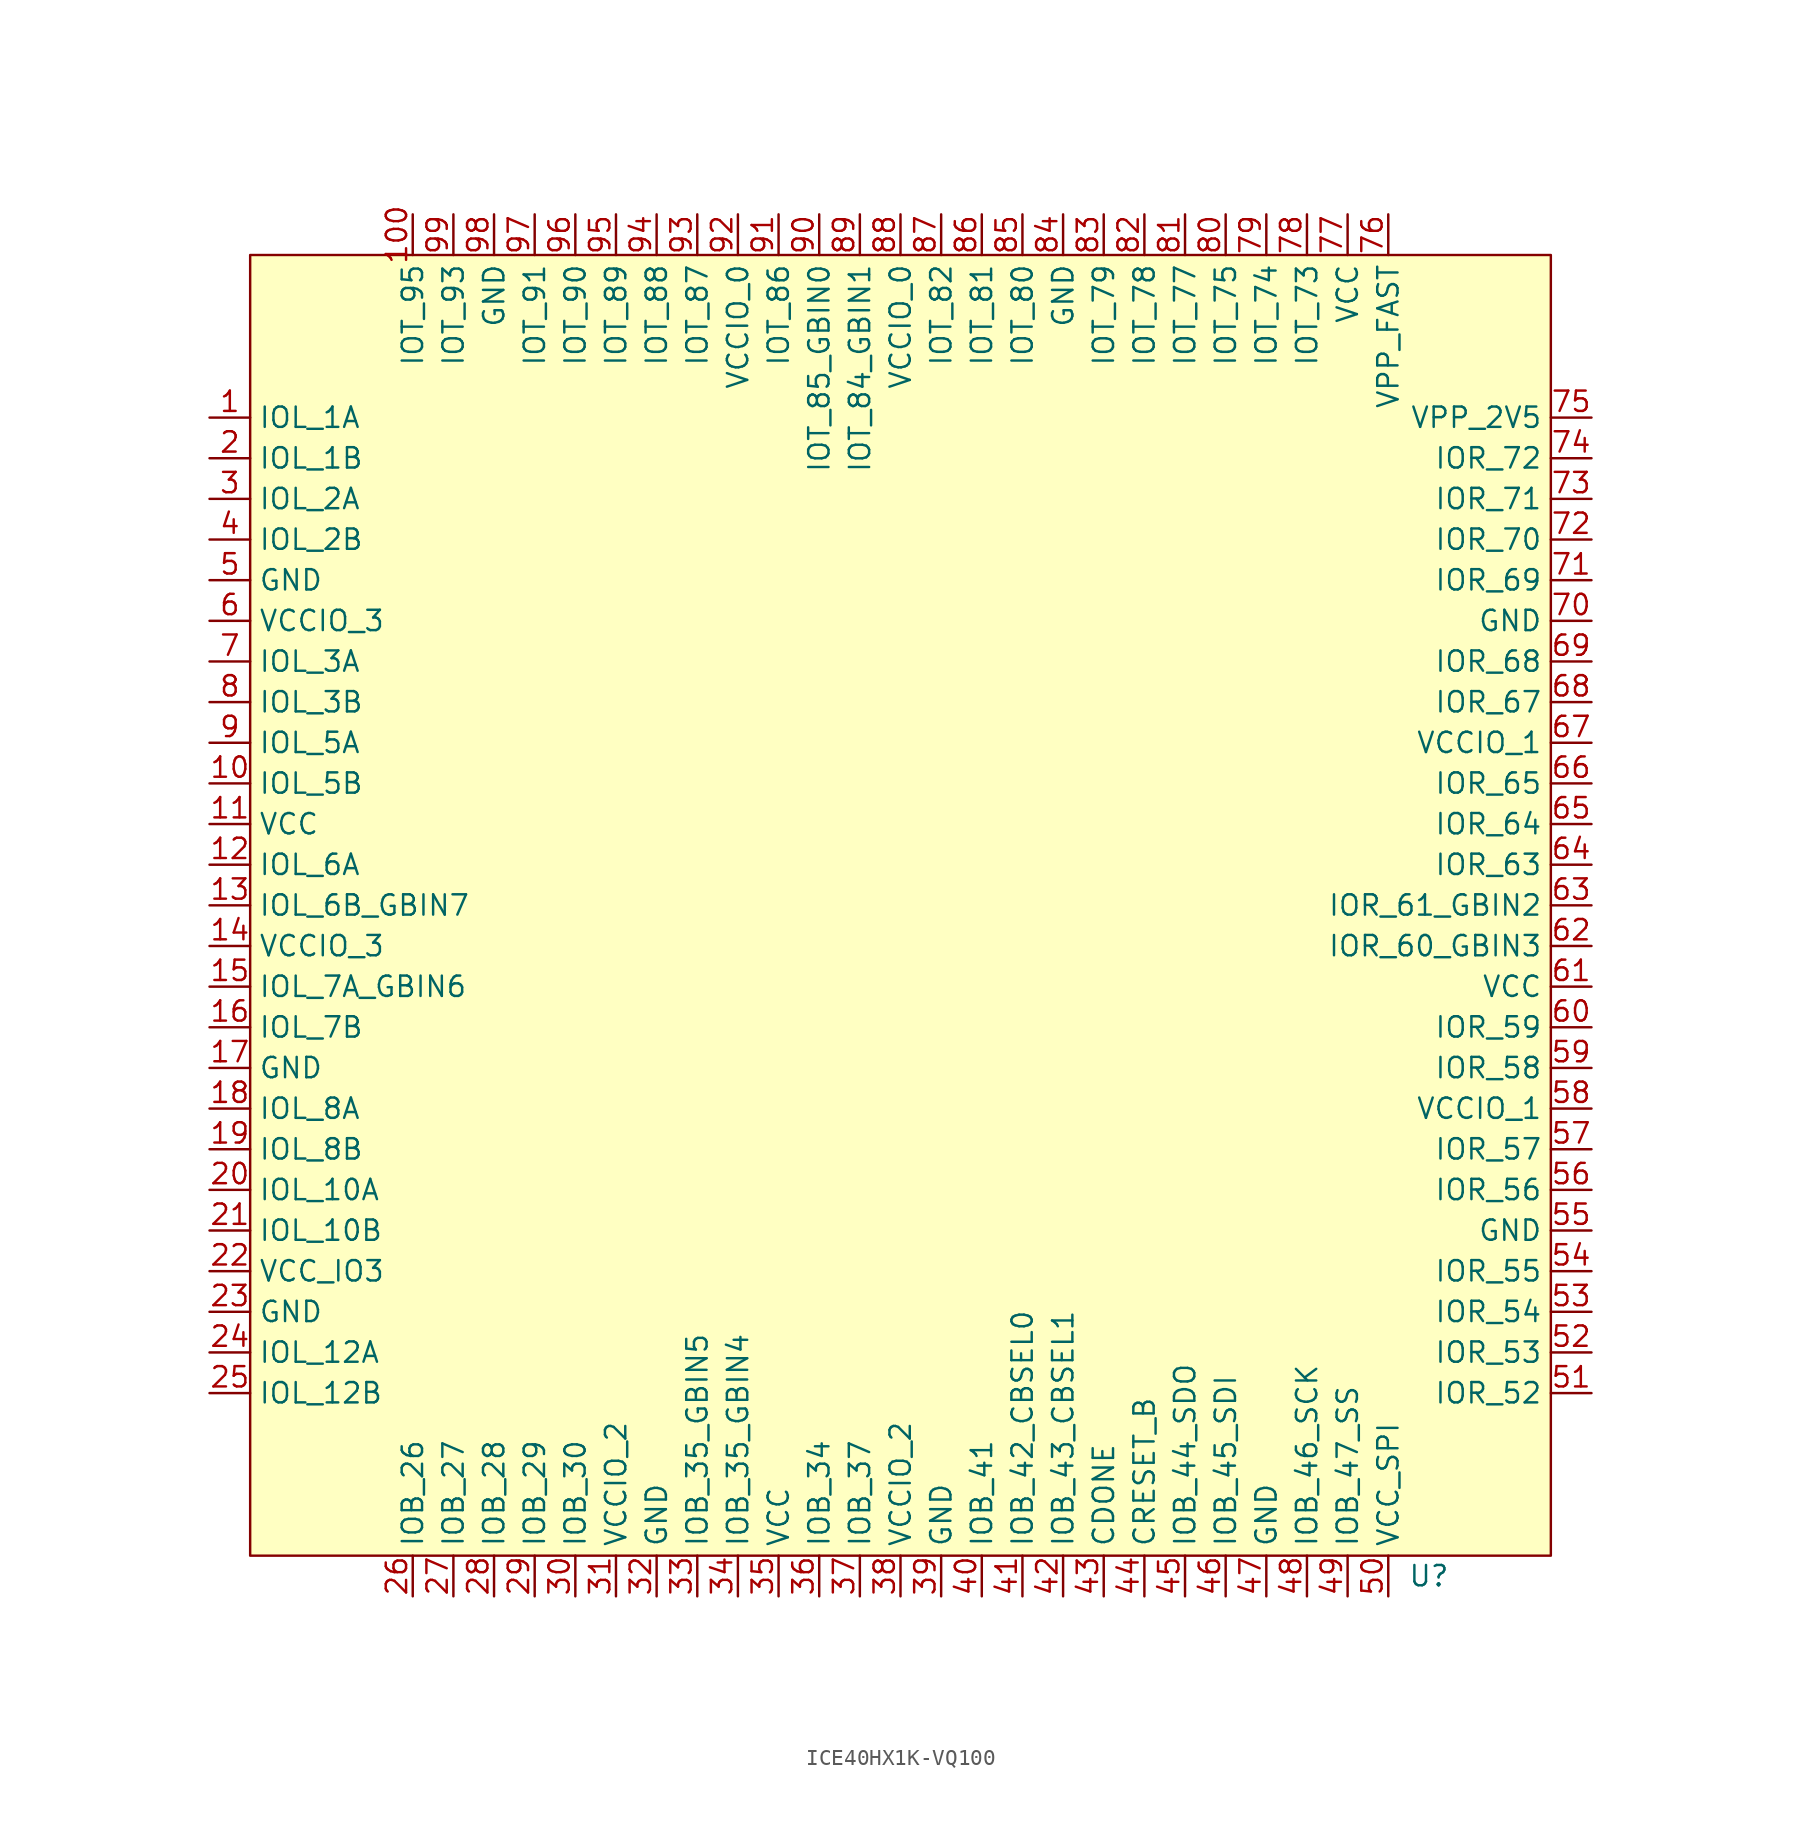
<source format=kicad_sym>
(kicad_symbol_lib
  (version 20220914)
  (generator kicad_symbol_editor)
  (symbol "ICE40HX1K-VQ100"
    (property "Reference" "U"
      (at 73.66 -82.55 0)
      (effects (font (size 1.27 1.27))))
    (property "Value" ""
      (at 0 -7.62 0)
      (effects (font (size 1.27 1.27))))
    (symbol "ICE40HX1K-VQ100_0_1"
      (rectangle (start 0 0) (end 81.28 -81.28) (stroke (width 0) (type default)) (fill (type background))))
    (symbol "ICE40HX1K-VQ100_1_1"
      (pin bidirectional line (at -2.54 -10.16 0) (length 2.54) (name "IOL_1A" (effects (font (size 1.27 1.27)))) (number "1" (effects (font (size 1.27 1.27)))))
      (pin bidirectional line (at -2.54 -33.02 0) (length 2.54) (name "IOL_5B" (effects (font (size 1.27 1.27)))) (number "10" (effects (font (size 1.27 1.27)))))
      (pin bidirectional line (at 10.16 2.54 270) (length 2.54) (name "IOT_95" (effects (font (size 1.27 1.27)))) (number "100" (effects (font (size 1.27 1.27)))))
      (pin power_in line (at -2.54 -35.56 0) (length 2.54) (name "VCC" (effects (font (size 1.27 1.27)))) (number "11" (effects (font (size 1.27 1.27)))))
      (pin bidirectional line (at -2.54 -38.1 0) (length 2.54) (name "IOL_6A" (effects (font (size 1.27 1.27)))) (number "12" (effects (font (size 1.27 1.27)))))
      (pin bidirectional line (at -2.54 -40.64 0) (length 2.54) (name "IOL_6B_GBIN7" (effects (font (size 1.27 1.27)))) (number "13" (effects (font (size 1.27 1.27)))))
      (pin power_in line (at -2.54 -43.18 0) (length 2.54) (name "VCCIO_3" (effects (font (size 1.27 1.27)))) (number "14" (effects (font (size 1.27 1.27)))))
      (pin bidirectional line (at -2.54 -45.72 0) (length 2.54) (name "IOL_7A_GBIN6" (effects (font (size 1.27 1.27)))) (number "15" (effects (font (size 1.27 1.27)))))
      (pin bidirectional line (at -2.54 -48.26 0) (length 2.54) (name "IOL_7B" (effects (font (size 1.27 1.27)))) (number "16" (effects (font (size 1.27 1.27)))))
      (pin power_in line (at -2.54 -50.8 0) (length 2.54) (name "GND" (effects (font (size 1.27 1.27)))) (number "17" (effects (font (size 1.27 1.27)))))
      (pin bidirectional line (at -2.54 -53.34 0) (length 2.54) (name "IOL_8A" (effects (font (size 1.27 1.27)))) (number "18" (effects (font (size 1.27 1.27)))))
      (pin bidirectional line (at -2.54 -55.88 0) (length 2.54) (name "IOL_8B" (effects (font (size 1.27 1.27)))) (number "19" (effects (font (size 1.27 1.27)))))
      (pin bidirectional line (at -2.54 -12.7 0) (length 2.54) (name "IOL_1B" (effects (font (size 1.27 1.27)))) (number "2" (effects (font (size 1.27 1.27)))))
      (pin bidirectional line (at -2.54 -58.42 0) (length 2.54) (name "IOL_10A" (effects (font (size 1.27 1.27)))) (number "20" (effects (font (size 1.27 1.27)))))
      (pin bidirectional line (at -2.54 -60.96 0) (length 2.54) (name "IOL_10B" (effects (font (size 1.27 1.27)))) (number "21" (effects (font (size 1.27 1.27)))))
      (pin power_in line (at -2.54 -63.5 0) (length 2.54) (name "VCC_IO3" (effects (font (size 1.27 1.27)))) (number "22" (effects (font (size 1.27 1.27)))))
      (pin power_in line (at -2.54 -66.04 0) (length 2.54) (name "GND" (effects (font (size 1.27 1.27)))) (number "23" (effects (font (size 1.27 1.27)))))
      (pin bidirectional line (at -2.54 -68.58 0) (length 2.54) (name "IOL_12A" (effects (font (size 1.27 1.27)))) (number "24" (effects (font (size 1.27 1.27)))))
      (pin bidirectional line (at -2.54 -71.12 0) (length 2.54) (name "IOL_12B" (effects (font (size 1.27 1.27)))) (number "25" (effects (font (size 1.27 1.27)))))
      (pin bidirectional line (at 10.16 -83.82 90) (length 2.54) (name "IOB_26" (effects (font (size 1.27 1.27)))) (number "26" (effects (font (size 1.27 1.27)))))
      (pin bidirectional line (at 12.7 -83.82 90) (length 2.54) (name "IOB_27" (effects (font (size 1.27 1.27)))) (number "27" (effects (font (size 1.27 1.27)))))
      (pin bidirectional line (at 15.24 -83.82 90) (length 2.54) (name "IOB_28" (effects (font (size 1.27 1.27)))) (number "28" (effects (font (size 1.27 1.27)))))
      (pin bidirectional line (at 17.78 -83.82 90) (length 2.54) (name "IOB_29" (effects (font (size 1.27 1.27)))) (number "29" (effects (font (size 1.27 1.27)))))
      (pin bidirectional line (at -2.54 -15.24 0) (length 2.54) (name "IOL_2A" (effects (font (size 1.27 1.27)))) (number "3" (effects (font (size 1.27 1.27)))))
      (pin bidirectional line (at 20.32 -83.82 90) (length 2.54) (name "IOB_30" (effects (font (size 1.27 1.27)))) (number "30" (effects (font (size 1.27 1.27)))))
      (pin power_in line (at 22.86 -83.82 90) (length 2.54) (name "VCCIO_2" (effects (font (size 1.27 1.27)))) (number "31" (effects (font (size 1.27 1.27)))))
      (pin power_in line (at 25.4 -83.82 90) (length 2.54) (name "GND" (effects (font (size 1.27 1.27)))) (number "32" (effects (font (size 1.27 1.27)))))
      (pin bidirectional line (at 27.94 -83.82 90) (length 2.54) (name "IOB_35_GBIN5" (effects (font (size 1.27 1.27)))) (number "33" (effects (font (size 1.27 1.27)))))
      (pin bidirectional line (at 30.48 -83.82 90) (length 2.54) (name "IOB_35_GBIN4" (effects (font (size 1.27 1.27)))) (number "34" (effects (font (size 1.27 1.27)))))
      (pin power_in line (at 33.02 -83.82 90) (length 2.54) (name "VCC" (effects (font (size 1.27 1.27)))) (number "35" (effects (font (size 1.27 1.27)))))
      (pin bidirectional line (at 35.56 -83.82 90) (length 2.54) (name "IOB_34" (effects (font (size 1.27 1.27)))) (number "36" (effects (font (size 1.27 1.27)))))
      (pin bidirectional line (at 38.1 -83.82 90) (length 2.54) (name "IOB_37" (effects (font (size 1.27 1.27)))) (number "37" (effects (font (size 1.27 1.27)))))
      (pin power_in line (at 40.64 -83.82 90) (length 2.54) (name "VCCIO_2" (effects (font (size 1.27 1.27)))) (number "38" (effects (font (size 1.27 1.27)))))
      (pin power_in line (at 43.18 -83.82 90) (length 2.54) (name "GND" (effects (font (size 1.27 1.27)))) (number "39" (effects (font (size 1.27 1.27)))))
      (pin bidirectional line (at -2.54 -17.78 0) (length 2.54) (name "IOL_2B" (effects (font (size 1.27 1.27)))) (number "4" (effects (font (size 1.27 1.27)))))
      (pin bidirectional line (at 45.72 -83.82 90) (length 2.54) (name "IOB_41" (effects (font (size 1.27 1.27)))) (number "40" (effects (font (size 1.27 1.27)))))
      (pin bidirectional line (at 48.26 -83.82 90) (length 2.54) (name "IOB_42_CBSEL0" (effects (font (size 1.27 1.27)))) (number "41" (effects (font (size 1.27 1.27)))))
      (pin bidirectional line (at 50.8 -83.82 90) (length 2.54) (name "IOB_43_CBSEL1" (effects (font (size 1.27 1.27)))) (number "42" (effects (font (size 1.27 1.27)))))
      (pin bidirectional line (at 53.34 -83.82 90) (length 2.54) (name "CDONE" (effects (font (size 1.27 1.27)))) (number "43" (effects (font (size 1.27 1.27)))))
      (pin bidirectional line (at 55.88 -83.82 90) (length 2.54) (name "CRESET_B" (effects (font (size 1.27 1.27)))) (number "44" (effects (font (size 1.27 1.27)))))
      (pin bidirectional line (at 58.42 -83.82 90) (length 2.54) (name "IOB_44_SDO" (effects (font (size 1.27 1.27)))) (number "45" (effects (font (size 1.27 1.27)))))
      (pin bidirectional line (at 60.96 -83.82 90) (length 2.54) (name "IOB_45_SDI" (effects (font (size 1.27 1.27)))) (number "46" (effects (font (size 1.27 1.27)))))
      (pin power_in line (at 63.5 -83.82 90) (length 2.54) (name "GND" (effects (font (size 1.27 1.27)))) (number "47" (effects (font (size 1.27 1.27)))))
      (pin bidirectional line (at 66.04 -83.82 90) (length 2.54) (name "IOB_46_SCK" (effects (font (size 1.27 1.27)))) (number "48" (effects (font (size 1.27 1.27)))))
      (pin bidirectional line (at 68.58 -83.82 90) (length 2.54) (name "IOB_47_SS" (effects (font (size 1.27 1.27)))) (number "49" (effects (font (size 1.27 1.27)))))
      (pin power_in line (at -2.54 -20.32 0) (length 2.54) (name "GND" (effects (font (size 1.27 1.27)))) (number "5" (effects (font (size 1.27 1.27)))))
      (pin power_in line (at 71.12 -83.82 90) (length 2.54) (name "VCC_SPI" (effects (font (size 1.27 1.27)))) (number "50" (effects (font (size 1.27 1.27)))))
      (pin bidirectional line (at 83.82 -71.12 180) (length 2.54) (name "IOR_52" (effects (font (size 1.27 1.27)))) (number "51" (effects (font (size 1.27 1.27)))))
      (pin bidirectional line (at 83.82 -68.58 180) (length 2.54) (name "IOR_53" (effects (font (size 1.27 1.27)))) (number "52" (effects (font (size 1.27 1.27)))))
      (pin bidirectional line (at 83.82 -66.04 180) (length 2.54) (name "IOR_54" (effects (font (size 1.27 1.27)))) (number "53" (effects (font (size 1.27 1.27)))))
      (pin bidirectional line (at 83.82 -63.5 180) (length 2.54) (name "IOR_55" (effects (font (size 1.27 1.27)))) (number "54" (effects (font (size 1.27 1.27)))))
      (pin power_in line (at 83.82 -60.96 180) (length 2.54) (name "GND" (effects (font (size 1.27 1.27)))) (number "55" (effects (font (size 1.27 1.27)))))
      (pin bidirectional line (at 83.82 -58.42 180) (length 2.54) (name "IOR_56" (effects (font (size 1.27 1.27)))) (number "56" (effects (font (size 1.27 1.27)))))
      (pin bidirectional line (at 83.82 -55.88 180) (length 2.54) (name "IOR_57" (effects (font (size 1.27 1.27)))) (number "57" (effects (font (size 1.27 1.27)))))
      (pin power_in line (at 83.82 -53.34 180) (length 2.54) (name "VCCIO_1" (effects (font (size 1.27 1.27)))) (number "58" (effects (font (size 1.27 1.27)))))
      (pin bidirectional line (at 83.82 -50.8 180) (length 2.54) (name "IOR_58" (effects (font (size 1.27 1.27)))) (number "59" (effects (font (size 1.27 1.27)))))
      (pin power_in line (at -2.54 -22.86 0) (length 2.54) (name "VCCIO_3" (effects (font (size 1.27 1.27)))) (number "6" (effects (font (size 1.27 1.27)))))
      (pin bidirectional line (at 83.82 -48.26 180) (length 2.54) (name "IOR_59" (effects (font (size 1.27 1.27)))) (number "60" (effects (font (size 1.27 1.27)))))
      (pin power_in line (at 83.82 -45.72 180) (length 2.54) (name "VCC" (effects (font (size 1.27 1.27)))) (number "61" (effects (font (size 1.27 1.27)))))
      (pin bidirectional line (at 83.82 -43.18 180) (length 2.54) (name "IOR_60_GBIN3" (effects (font (size 1.27 1.27)))) (number "62" (effects (font (size 1.27 1.27)))))
      (pin bidirectional line (at 83.82 -40.64 180) (length 2.54) (name "IOR_61_GBIN2" (effects (font (size 1.27 1.27)))) (number "63" (effects (font (size 1.27 1.27)))))
      (pin bidirectional line (at 83.82 -38.1 180) (length 2.54) (name "IOR_63" (effects (font (size 1.27 1.27)))) (number "64" (effects (font (size 1.27 1.27)))))
      (pin bidirectional line (at 83.82 -35.56 180) (length 2.54) (name "IOR_64" (effects (font (size 1.27 1.27)))) (number "65" (effects (font (size 1.27 1.27)))))
      (pin bidirectional line (at 83.82 -33.02 180) (length 2.54) (name "IOR_65" (effects (font (size 1.27 1.27)))) (number "66" (effects (font (size 1.27 1.27)))))
      (pin power_in line (at 83.82 -30.48 180) (length 2.54) (name "VCCIO_1" (effects (font (size 1.27 1.27)))) (number "67" (effects (font (size 1.27 1.27)))))
      (pin bidirectional line (at 83.82 -27.94 180) (length 2.54) (name "IOR_67" (effects (font (size 1.27 1.27)))) (number "68" (effects (font (size 1.27 1.27)))))
      (pin bidirectional line (at 83.82 -25.4 180) (length 2.54) (name "IOR_68" (effects (font (size 1.27 1.27)))) (number "69" (effects (font (size 1.27 1.27)))))
      (pin bidirectional line (at -2.54 -25.4 0) (length 2.54) (name "IOL_3A" (effects (font (size 1.27 1.27)))) (number "7" (effects (font (size 1.27 1.27)))))
      (pin power_in line (at 83.82 -22.86 180) (length 2.54) (name "GND" (effects (font (size 1.27 1.27)))) (number "70" (effects (font (size 1.27 1.27)))))
      (pin bidirectional line (at 83.82 -20.32 180) (length 2.54) (name "IOR_69" (effects (font (size 1.27 1.27)))) (number "71" (effects (font (size 1.27 1.27)))))
      (pin bidirectional line (at 83.82 -17.78 180) (length 2.54) (name "IOR_70" (effects (font (size 1.27 1.27)))) (number "72" (effects (font (size 1.27 1.27)))))
      (pin bidirectional line (at 83.82 -15.24 180) (length 2.54) (name "IOR_71" (effects (font (size 1.27 1.27)))) (number "73" (effects (font (size 1.27 1.27)))))
      (pin bidirectional line (at 83.82 -12.7 180) (length 2.54) (name "IOR_72" (effects (font (size 1.27 1.27)))) (number "74" (effects (font (size 1.27 1.27)))))
      (pin power_in line (at 83.82 -10.16 180) (length 2.54) (name "VPP_2V5" (effects (font (size 1.27 1.27)))) (number "75" (effects (font (size 1.27 1.27)))))
      (pin power_in line (at 71.12 2.54 270) (length 2.54) (name "VPP_FAST" (effects (font (size 1.27 1.27)))) (number "76" (effects (font (size 1.27 1.27)))))
      (pin power_in line (at 68.58 2.54 270) (length 2.54) (name "VCC" (effects (font (size 1.27 1.27)))) (number "77" (effects (font (size 1.27 1.27)))))
      (pin bidirectional line (at 66.04 2.54 270) (length 2.54) (name "IOT_73" (effects (font (size 1.27 1.27)))) (number "78" (effects (font (size 1.27 1.27)))))
      (pin bidirectional line (at 63.5 2.54 270) (length 2.54) (name "IOT_74" (effects (font (size 1.27 1.27)))) (number "79" (effects (font (size 1.27 1.27)))))
      (pin bidirectional line (at -2.54 -27.94 0) (length 2.54) (name "IOL_3B" (effects (font (size 1.27 1.27)))) (number "8" (effects (font (size 1.27 1.27)))))
      (pin bidirectional line (at 60.96 2.54 270) (length 2.54) (name "IOT_75" (effects (font (size 1.27 1.27)))) (number "80" (effects (font (size 1.27 1.27)))))
      (pin bidirectional line (at 58.42 2.54 270) (length 2.54) (name "IOT_77" (effects (font (size 1.27 1.27)))) (number "81" (effects (font (size 1.27 1.27)))))
      (pin bidirectional line (at 55.88 2.54 270) (length 2.54) (name "IOT_78" (effects (font (size 1.27 1.27)))) (number "82" (effects (font (size 1.27 1.27)))))
      (pin bidirectional line (at 53.34 2.54 270) (length 2.54) (name "IOT_79" (effects (font (size 1.27 1.27)))) (number "83" (effects (font (size 1.27 1.27)))))
      (pin power_in line (at 50.8 2.54 270) (length 2.54) (name "GND" (effects (font (size 1.27 1.27)))) (number "84" (effects (font (size 1.27 1.27)))))
      (pin bidirectional line (at 48.26 2.54 270) (length 2.54) (name "IOT_80" (effects (font (size 1.27 1.27)))) (number "85" (effects (font (size 1.27 1.27)))))
      (pin bidirectional line (at 45.72 2.54 270) (length 2.54) (name "IOT_81" (effects (font (size 1.27 1.27)))) (number "86" (effects (font (size 1.27 1.27)))))
      (pin bidirectional line (at 43.18 2.54 270) (length 2.54) (name "IOT_82" (effects (font (size 1.27 1.27)))) (number "87" (effects (font (size 1.27 1.27)))))
      (pin power_in line (at 40.64 2.54 270) (length 2.54) (name "VCCIO_0" (effects (font (size 1.27 1.27)))) (number "88" (effects (font (size 1.27 1.27)))))
      (pin bidirectional line (at 38.1 2.54 270) (length 2.54) (name "IOT_84_GBIN1" (effects (font (size 1.27 1.27)))) (number "89" (effects (font (size 1.27 1.27)))))
      (pin bidirectional line (at -2.54 -30.48 0) (length 2.54) (name "IOL_5A" (effects (font (size 1.27 1.27)))) (number "9" (effects (font (size 1.27 1.27)))))
      (pin bidirectional line (at 35.56 2.54 270) (length 2.54) (name "IOT_85_GBIN0" (effects (font (size 1.27 1.27)))) (number "90" (effects (font (size 1.27 1.27)))))
      (pin bidirectional line (at 33.02 2.54 270) (length 2.54) (name "IOT_86" (effects (font (size 1.27 1.27)))) (number "91" (effects (font (size 1.27 1.27)))))
      (pin power_in line (at 30.48 2.54 270) (length 2.54) (name "VCCIO_0" (effects (font (size 1.27 1.27)))) (number "92" (effects (font (size 1.27 1.27)))))
      (pin bidirectional line (at 27.94 2.54 270) (length 2.54) (name "IOT_87" (effects (font (size 1.27 1.27)))) (number "93" (effects (font (size 1.27 1.27)))))
      (pin bidirectional line (at 25.4 2.54 270) (length 2.54) (name "IOT_88" (effects (font (size 1.27 1.27)))) (number "94" (effects (font (size 1.27 1.27)))))
      (pin bidirectional line (at 22.86 2.54 270) (length 2.54) (name "IOT_89" (effects (font (size 1.27 1.27)))) (number "95" (effects (font (size 1.27 1.27)))))
      (pin bidirectional line (at 20.32 2.54 270) (length 2.54) (name "IOT_90" (effects (font (size 1.27 1.27)))) (number "96" (effects (font (size 1.27 1.27)))))
      (pin bidirectional line (at 17.78 2.54 270) (length 2.54) (name "IOT_91" (effects (font (size 1.27 1.27)))) (number "97" (effects (font (size 1.27 1.27)))))
      (pin power_in line (at 15.24 2.54 270) (length 2.54) (name "GND" (effects (font (size 1.27 1.27)))) (number "98" (effects (font (size 1.27 1.27)))))
      (pin bidirectional line (at 12.7 2.54 270) (length 2.54) (name "IOT_93" (effects (font (size 1.27 1.27)))) (number "99" (effects (font (size 1.27 1.27))))))))
</source>
